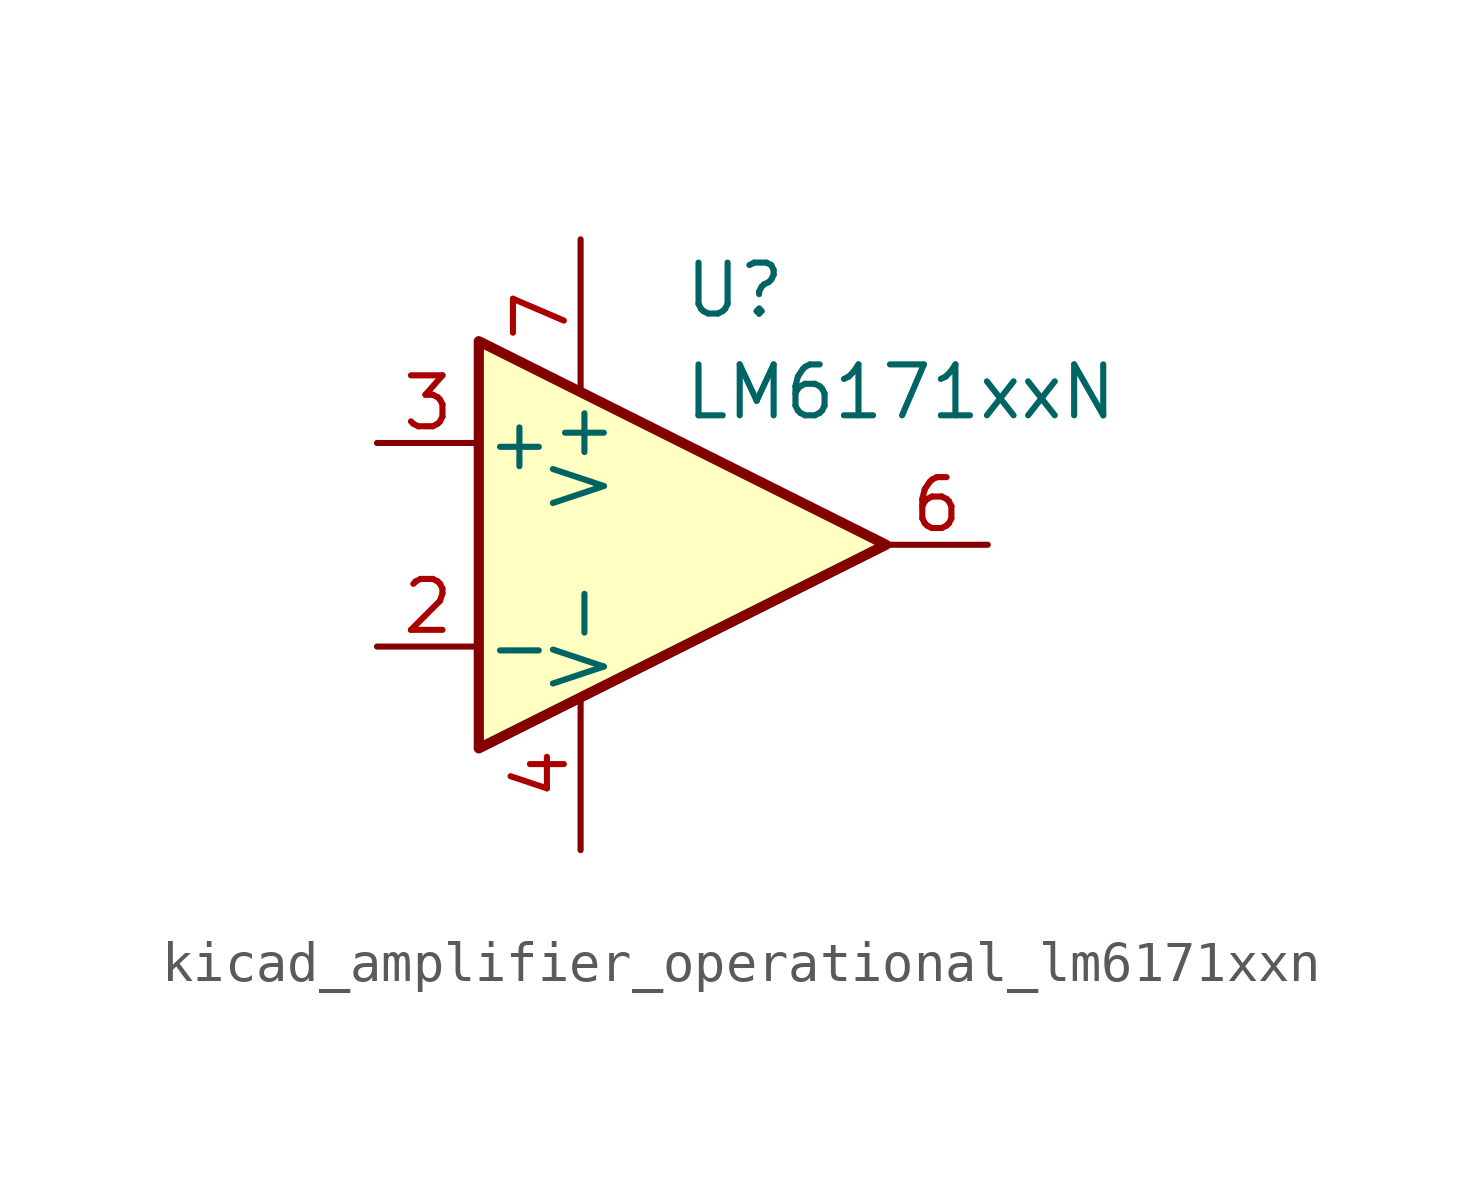
<source format=kicad_sym>
(kicad_symbol_lib
  (version 20220914)
  (generator kicad_symbol_editor)
  (symbol "kicad_amplifier_operational_lm6171xxn"
    (pin_names
      (offset 0.127))
    (property "Reference" "U"
      (at 0 6.35 0)
      (effects (font (size 1.27 1.27)) (justify left)))
    (property "Value" "LM6171xxN"
      (at 0 3.81 0)
      (effects (font (size 1.27 1.27)) (justify left)))
    (symbol "kicad_amplifier_operational_lm6171xxn_0_1"
      (polyline (pts (xy -5.08 5.08) (xy 5.08 0) (xy -5.08 -5.08) (xy -5.08 5.08)) (stroke (width 0.254) (type default)) (fill (type background))))
    (symbol "kicad_amplifier_operational_lm6171xxn_1_1"
      (pin no_connect line (at -5.08 -2.54 90) (length 2.54) hide (name "NC" (effects (font (size 1.27 1.27)))) (number "1" (effects (font (size 1.27 1.27)))))
      (pin input line (at -7.62 -2.54 0) (length 2.54) (name "-" (effects (font (size 1.27 1.27)))) (number "2" (effects (font (size 1.27 1.27)))))
      (pin input line (at -7.62 2.54 0) (length 2.54) (name "+" (effects (font (size 1.27 1.27)))) (number "3" (effects (font (size 1.27 1.27)))))
      (pin power_in line (at -2.54 -7.62 90) (length 3.81) (name "V-" (effects (font (size 1.27 1.27)))) (number "4" (effects (font (size 1.27 1.27)))))
      (pin no_connect line (at -2.54 -2.54 90) (length 2.54) hide (name "NC" (effects (font (size 1.27 1.27)))) (number "5" (effects (font (size 1.27 1.27)))))
      (pin output line (at 7.62 0 180) (length 2.54) (name "~" (effects (font (size 1.27 1.27)))) (number "6" (effects (font (size 1.27 1.27)))))
      (pin power_in line (at -2.54 7.62 270) (length 3.81) (name "V+" (effects (font (size 1.27 1.27)))) (number "7" (effects (font (size 1.27 1.27)))))
      (pin no_connect line (at 0 -2.54 90) (length 2.54) hide (name "NC" (effects (font (size 1.27 1.27)))) (number "8" (effects (font (size 1.27 1.27))))))))
</source>
